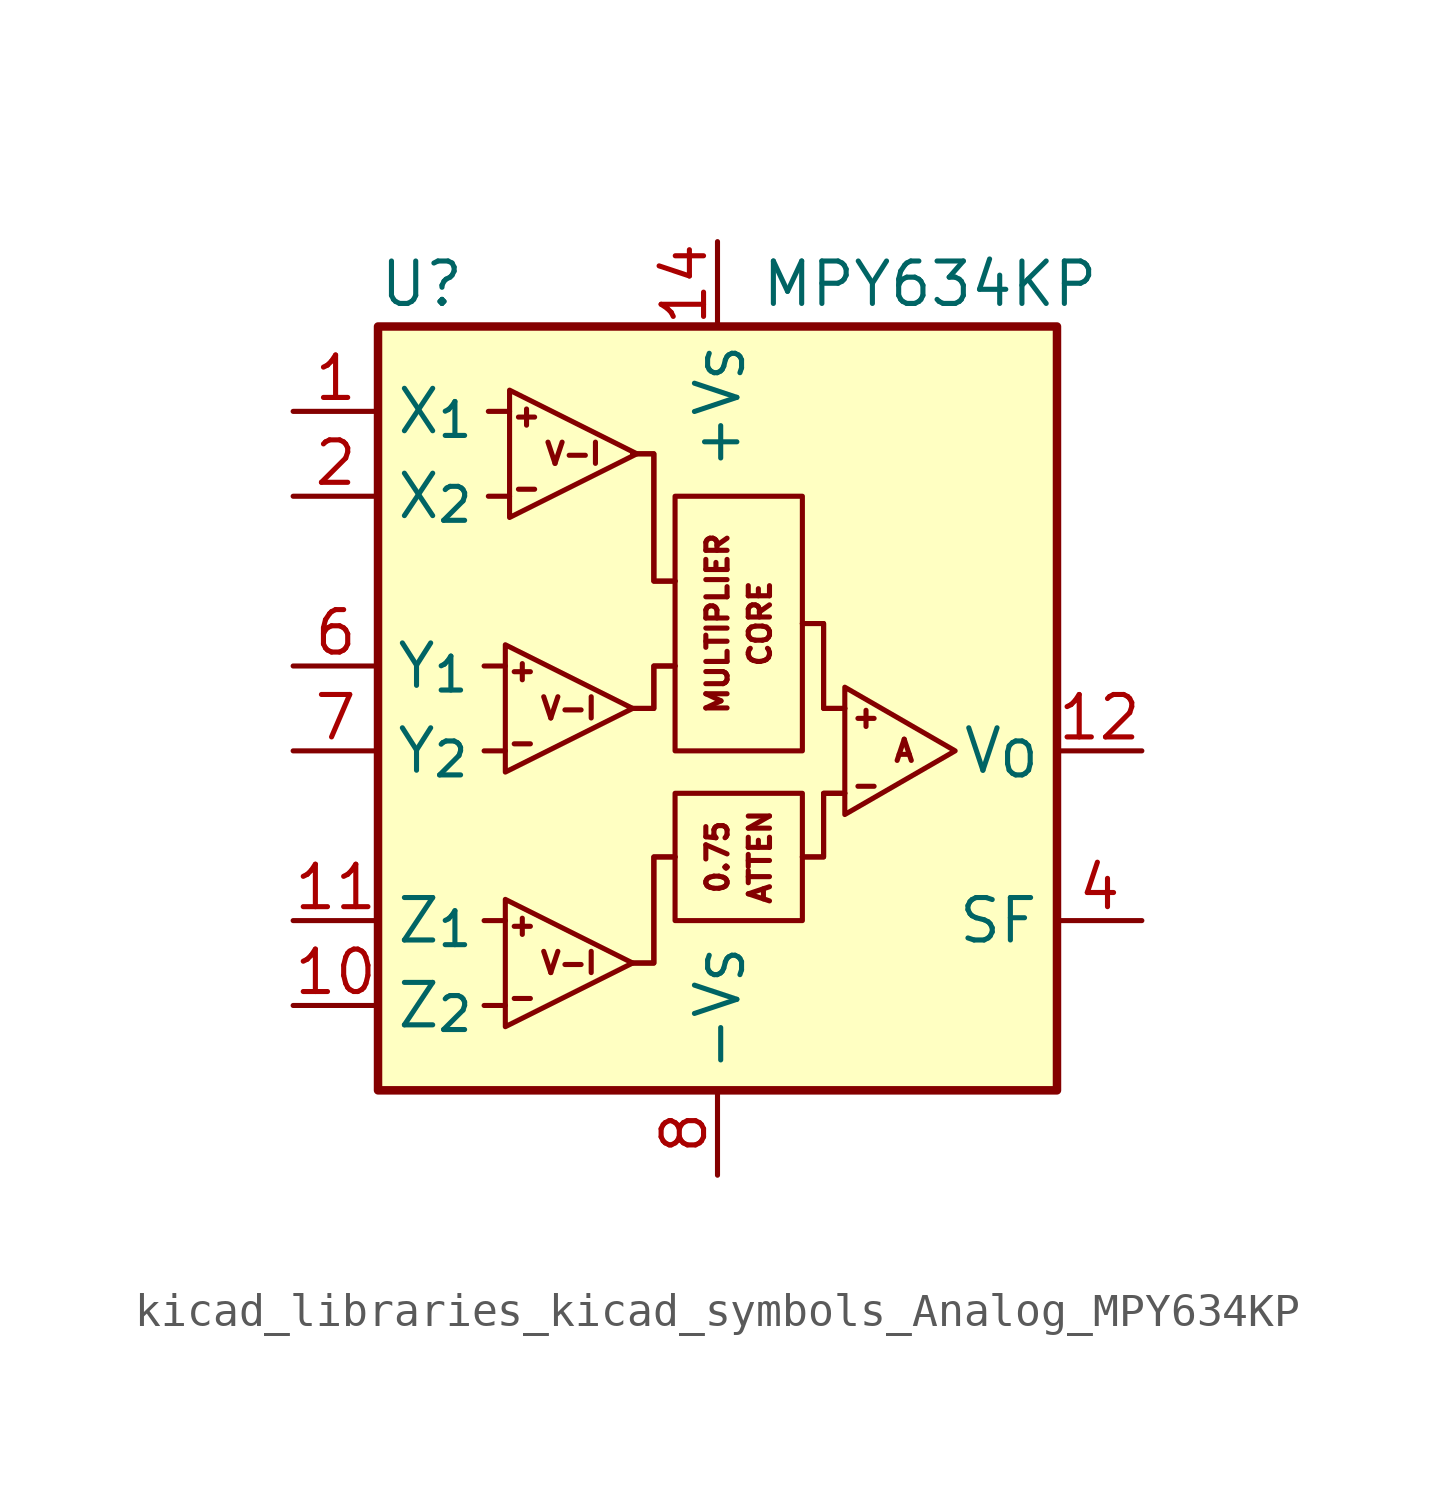
<source format=kicad_sym>
(kicad_symbol_lib
  (version 20220914)
  (generator kicad_symbol_editor)
  (symbol "kicad_libraries_kicad_symbols_Analog_MPY634KP"
    (property "Reference" "U"
      (at -10.16 13.97 0)
      (effects (font (size 1.27 1.27)) (justify left)))
    (property "Value" "MPY634KP"
      (at 1.27 13.97 0)
      (effects (font (size 1.27 1.27)) (justify left)))
    (symbol "kicad_libraries_kicad_symbols_Analog_MPY634KP_0_0"
      (polyline (pts (xy -1.27 -3.175) (xy -1.905 -3.175) (xy -1.905 -6.35) (xy -2.54 -6.35)) (stroke (width 0) (type default)) (fill (type none)))
      (polyline (pts (xy -1.27 -3.175) (xy -1.905 -3.175) (xy -1.905 -6.35) (xy -2.54 -6.35)) (stroke (width 0) (type default)) (fill (type none)))
      (polyline (pts (xy -1.27 2.54) (xy -1.905 2.54) (xy -1.905 1.27) (xy -2.54 1.27)) (stroke (width 0) (type default)) (fill (type none)))
      (polyline (pts (xy -1.27 2.54) (xy -1.905 2.54) (xy -1.905 1.27) (xy -2.54 1.27)) (stroke (width 0) (type default)) (fill (type none)))
      (polyline (pts (xy -1.27 5.08) (xy -1.905 5.08) (xy -1.905 8.89) (xy -2.54 8.89)) (stroke (width 0) (type default)) (fill (type none)))
      (polyline (pts (xy -1.27 5.08) (xy -1.905 5.08) (xy -1.905 8.89) (xy -2.54 8.89)) (stroke (width 0) (type default)) (fill (type none)))
      (polyline (pts (xy 3.81 -1.27) (xy 3.175 -1.27) (xy 3.175 -3.175) (xy 2.54 -3.175)) (stroke (width 0) (type default)) (fill (type none)))
      (polyline (pts (xy 3.81 -1.27) (xy 3.175 -1.27) (xy 3.175 -3.175) (xy 2.54 -3.175)) (stroke (width 0) (type default)) (fill (type none)))
      (polyline (pts (xy 3.81 1.27) (xy 3.175 1.27) (xy 3.175 3.81) (xy 2.54 3.81)) (stroke (width 0) (type default)) (fill (type none)))
      (polyline (pts (xy 3.81 1.27) (xy 3.175 1.27) (xy 3.175 3.81) (xy 2.54 3.81)) (stroke (width 0) (type default)) (fill (type none)))
      (text "+" (at -5.842 -5.207 0) (effects (font (size 0.635 0.635))))
      (text "+" (at -5.842 2.413 0) (effects (font (size 0.635 0.635))))
      (text "+" (at -5.715 10.033 0) (effects (font (size 0.635 0.635))))
      (text "+" (at 4.445 1.016 0) (effects (font (size 0.635 0.635))))
      (text "-" (at -5.842 -7.366 0) (effects (font (size 0.635 0.635))))
      (text "-" (at -5.842 0.254 0) (effects (font (size 0.635 0.635))))
      (text "-" (at -5.715 7.874 0) (effects (font (size 0.635 0.635))))
      (text "-" (at 4.445 -1.016 0) (effects (font (size 0.635 0.635))))
      (text "A" (at 5.588 0 0) (effects (font (size 0.635 0.635))))
      (text "V-I" (at -4.445 -6.35 0) (effects (font (size 0.635 0.635))))
      (text "V-I" (at -4.445 1.27 0) (effects (font (size 0.635 0.635))))
      (text "V-I" (at -4.318 8.89 0) (effects (font (size 0.635 0.635)))))
    (symbol "kicad_libraries_kicad_symbols_Analog_MPY634KP_0_1"
      (rectangle (start -10.16 12.7) (end 10.16 -10.16) (stroke (width 0.254) (type default)) (fill (type background)))
      (rectangle (start -1.27 -1.27) (end 2.54 -5.08) (stroke (width 0) (type default)) (fill (type none)))
      (rectangle (start -1.27 7.62) (end 2.54 0) (stroke (width 0) (type default)) (fill (type none)))
      (polyline (pts (xy -6.985 -7.62) (xy -6.35 -7.62)) (stroke (width 0) (type default)) (fill (type none)))
      (polyline (pts (xy -6.985 -5.08) (xy -6.35 -5.08)) (stroke (width 0) (type default)) (fill (type none)))
      (polyline (pts (xy -6.985 0) (xy -6.35 0)) (stroke (width 0) (type default)) (fill (type none)))
      (polyline (pts (xy -6.985 2.54) (xy -6.35 2.54)) (stroke (width 0) (type default)) (fill (type none)))
      (polyline (pts (xy -6.858 7.62) (xy -6.223 7.62)) (stroke (width 0) (type default)) (fill (type none)))
      (polyline (pts (xy -6.858 10.16) (xy -6.223 10.16)) (stroke (width 0) (type default)) (fill (type none)))
      (polyline (pts (xy -6.35 -4.445) (xy -6.35 -8.255) (xy -2.54 -6.35) (xy -6.35 -4.445)) (stroke (width 0) (type default)) (fill (type none)))
      (polyline (pts (xy -6.35 3.175) (xy -6.35 -0.635) (xy -2.54 1.27) (xy -6.35 3.175)) (stroke (width 0) (type default)) (fill (type none)))
      (polyline (pts (xy -6.223 10.795) (xy -6.223 6.985) (xy -2.413 8.89) (xy -6.223 10.795)) (stroke (width 0) (type default)) (fill (type none)))
      (polyline (pts (xy 3.81 1.905) (xy 3.81 -1.905) (xy 7.112 0) (xy 3.81 1.905)) (stroke (width 0) (type default)) (fill (type none))))
    (symbol "kicad_libraries_kicad_symbols_Analog_MPY634KP_1_0"
      (text "0.75" (at 0 -3.175 900) (effects (font (size 0.635 0.635))))
      (text "ATTEN" (at 1.27 -3.175 900) (effects (font (size 0.635 0.635))))
      (text "CORE" (at 1.27 3.81 900) (effects (font (size 0.635 0.635))))
      (text "MULTIPLIER" (at 0 3.81 900) (effects (font (size 0.635 0.635)))))
    (symbol "kicad_libraries_kicad_symbols_Analog_MPY634KP_1_1"
      (pin input line (at -12.7 10.16 0) (length 2.54) (name "X_{1}" (effects (font (size 1.27 1.27)))) (number "1" (effects (font (size 1.27 1.27)))))
      (pin input line (at -12.7 -7.62 0) (length 2.54) (name "Z_{2}" (effects (font (size 1.27 1.27)))) (number "10" (effects (font (size 1.27 1.27)))))
      (pin input line (at -12.7 -5.08 0) (length 2.54) (name "Z_{1}" (effects (font (size 1.27 1.27)))) (number "11" (effects (font (size 1.27 1.27)))))
      (pin output line (at 12.7 0 180) (length 2.54) (name "V_{O}" (effects (font (size 1.27 1.27)))) (number "12" (effects (font (size 1.27 1.27)))))
      (pin no_connect line (at 10.16 2.54 180) (length 2.54) hide (name "NC" (effects (font (size 1.27 1.27)))) (number "13" (effects (font (size 1.27 1.27)))))
      (pin power_in line (at 0 15.24 270) (length 2.54) (name "+V_{S}" (effects (font (size 1.27 1.27)))) (number "14" (effects (font (size 1.27 1.27)))))
      (pin input line (at -12.7 7.62 0) (length 2.54) (name "X_{2}" (effects (font (size 1.27 1.27)))) (number "2" (effects (font (size 1.27 1.27)))))
      (pin no_connect line (at 10.16 10.16 180) (length 2.54) hide (name "NC" (effects (font (size 1.27 1.27)))) (number "3" (effects (font (size 1.27 1.27)))))
      (pin passive line (at 12.7 -5.08 180) (length 2.54) (name "SF" (effects (font (size 1.27 1.27)))) (number "4" (effects (font (size 1.27 1.27)))))
      (pin no_connect line (at 10.16 7.62 180) (length 2.54) hide (name "NC" (effects (font (size 1.27 1.27)))) (number "5" (effects (font (size 1.27 1.27)))))
      (pin input line (at -12.7 2.54 0) (length 2.54) (name "Y_{1}" (effects (font (size 1.27 1.27)))) (number "6" (effects (font (size 1.27 1.27)))))
      (pin input line (at -12.7 0 0) (length 2.54) (name "Y_{2}" (effects (font (size 1.27 1.27)))) (number "7" (effects (font (size 1.27 1.27)))))
      (pin power_in line (at 0 -12.7 90) (length 2.54) (name "-V_{S}" (effects (font (size 1.27 1.27)))) (number "8" (effects (font (size 1.27 1.27)))))
      (pin no_connect line (at 10.16 5.08 180) (length 2.54) hide (name "NC" (effects (font (size 1.27 1.27)))) (number "9" (effects (font (size 1.27 1.27))))))))
</source>
